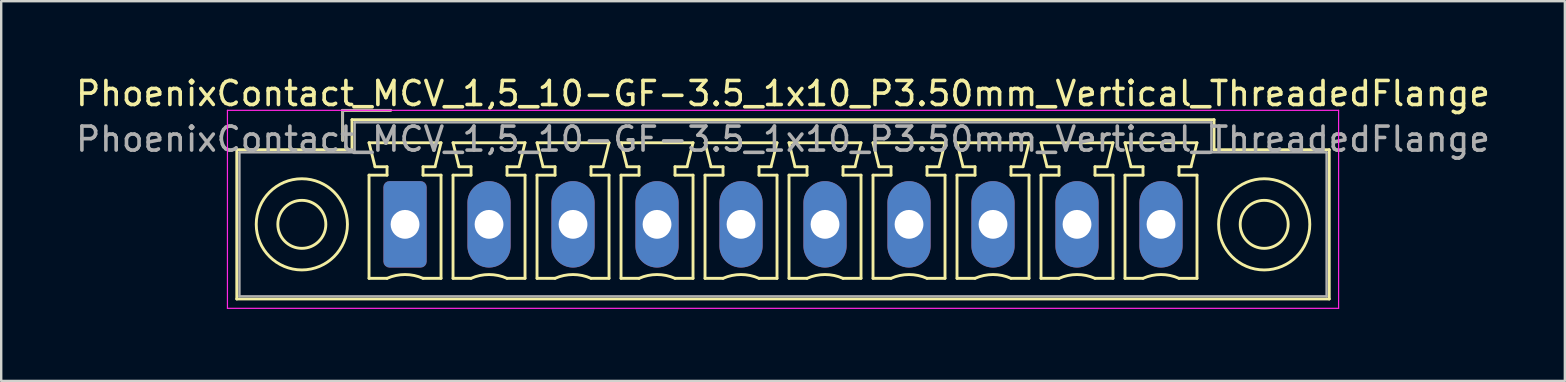
<source format=kicad_pcb>
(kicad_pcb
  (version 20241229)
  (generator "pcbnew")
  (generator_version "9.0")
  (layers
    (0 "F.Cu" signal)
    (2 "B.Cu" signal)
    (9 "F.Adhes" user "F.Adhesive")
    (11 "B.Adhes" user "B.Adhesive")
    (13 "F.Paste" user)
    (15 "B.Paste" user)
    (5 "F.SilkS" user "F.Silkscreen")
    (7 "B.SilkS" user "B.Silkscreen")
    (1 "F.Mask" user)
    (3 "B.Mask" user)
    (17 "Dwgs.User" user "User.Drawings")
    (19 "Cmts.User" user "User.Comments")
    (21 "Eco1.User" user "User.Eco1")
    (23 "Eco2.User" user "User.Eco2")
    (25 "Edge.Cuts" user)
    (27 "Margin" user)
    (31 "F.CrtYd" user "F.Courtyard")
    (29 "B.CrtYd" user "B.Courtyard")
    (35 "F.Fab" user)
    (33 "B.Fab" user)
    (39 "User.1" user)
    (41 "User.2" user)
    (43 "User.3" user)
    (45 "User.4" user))
  (footprint "PhoenixContact_MCV_1,5_10-GF-3.5_1x10_P3.50mm_Vertical_ThreadedFlange"
    (layer "F.Cu")
    (at 13.827 6.298)
    (property "Reference" "PhoenixContact_MCV_1,5_10-GF-3.5_1x10_P3.50mm_Vertical_ThreadedFlange" (at 15.75 -5.45 0) (layer "F.SilkS") (effects (font (size 1 1) (thickness 0.15))))
    (attr through_hole)
    (fp_line (start -7.01 -3.11) (end -7.01 3.11) (stroke (width 0.12) (type solid)) (layer "F.SilkS"))
    (fp_line (start -7.01 3.11) (end 38.51 3.11) (stroke (width 0.12) (type solid)) (layer "F.SilkS"))
    (fp_line (start -2.6 -4.75) (end -0.6 -4.75) (stroke (width 0.12) (type solid)) (layer "F.SilkS"))
    (fp_line (start -2.6 -3.5) (end -2.6 -4.75) (stroke (width 0.12) (type solid)) (layer "F.SilkS"))
    (fp_line (start -2.21 -4.36) (end -2.21 -3.11) (stroke (width 0.12) (type solid)) (layer "F.SilkS"))
    (fp_line (start -2.21 -3.11) (end -7.01 -3.11) (stroke (width 0.12) (type solid)) (layer "F.SilkS"))
    (fp_line (start -1.5 -3.4) (end 1.5 -3.4) (stroke (width 0.12) (type solid)) (layer "F.SilkS"))
    (fp_line (start -1.5 -2.05) (end -0.75 -2.05) (stroke (width 0.12) (type solid)) (layer "F.SilkS"))
    (fp_line (start -1.5 2.25) (end -1.5 -2.05) (stroke (width 0.12) (type solid)) (layer "F.SilkS"))
    (fp_line (start -1.25 -2.4) (end -1.5 -3.4) (stroke (width 0.12) (type solid)) (layer "F.SilkS"))
    (fp_line (start -0.75 -2.4) (end -1.25 -2.4) (stroke (width 0.12) (type solid)) (layer "F.SilkS"))
    (fp_line (start -0.75 -2.05) (end -0.75 -2.4) (stroke (width 0.12) (type solid)) (layer "F.SilkS"))
    (fp_line (start -0.75 2.25) (end -1.5 2.25) (stroke (width 0.12) (type solid)) (layer "F.SilkS"))
    (fp_line (start 0.75 -2.4) (end 0.75 -2.05) (stroke (width 0.12) (type solid)) (layer "F.SilkS"))
    (fp_line (start 0.75 -2.05) (end 1.5 -2.05) (stroke (width 0.12) (type solid)) (layer "F.SilkS"))
    (fp_line (start 1.25 -2.4) (end 0.75 -2.4) (stroke (width 0.12) (type solid)) (layer "F.SilkS"))
    (fp_line (start 1.5 -3.4) (end 1.25 -2.4) (stroke (width 0.12) (type solid)) (layer "F.SilkS"))
    (fp_line (start 1.5 -2.05) (end 1.5 2.25) (stroke (width 0.12) (type solid)) (layer "F.SilkS"))
    (fp_line (start 1.5 2.25) (end 0.75 2.25) (stroke (width 0.12) (type solid)) (layer "F.SilkS"))
    (fp_line (start 2 -3.4) (end 5 -3.4) (stroke (width 0.12) (type solid)) (layer "F.SilkS"))
    (fp_line (start 2 -2.05) (end 2.75 -2.05) (stroke (width 0.12) (type solid)) (layer "F.SilkS"))
    (fp_line (start 2 2.25) (end 2 -2.05) (stroke (width 0.12) (type solid)) (layer "F.SilkS"))
    (fp_line (start 2.25 -2.4) (end 2 -3.4) (stroke (width 0.12) (type solid)) (layer "F.SilkS"))
    (fp_line (start 2.75 -2.4) (end 2.25 -2.4) (stroke (width 0.12) (type solid)) (layer "F.SilkS"))
    (fp_line (start 2.75 -2.05) (end 2.75 -2.4) (stroke (width 0.12) (type solid)) (layer "F.SilkS"))
    (fp_line (start 2.75 2.25) (end 2 2.25) (stroke (width 0.12) (type solid)) (layer "F.SilkS"))
    (fp_line (start 4.25 -2.4) (end 4.25 -2.05) (stroke (width 0.12) (type solid)) (layer "F.SilkS"))
    (fp_line (start 4.25 -2.05) (end 5 -2.05) (stroke (width 0.12) (type solid)) (layer "F.SilkS"))
    (fp_line (start 4.75 -2.4) (end 4.25 -2.4) (stroke (width 0.12) (type solid)) (layer "F.SilkS"))
    (fp_line (start 5 -3.4) (end 4.75 -2.4) (stroke (width 0.12) (type solid)) (layer "F.SilkS"))
    (fp_line (start 5 -2.05) (end 5 2.25) (stroke (width 0.12) (type solid)) (layer "F.SilkS"))
    (fp_line (start 5 2.25) (end 4.25 2.25) (stroke (width 0.12) (type solid)) (layer "F.SilkS"))
    (fp_line (start 5.5 -3.4) (end 8.5 -3.4) (stroke (width 0.12) (type solid)) (layer "F.SilkS"))
    (fp_line (start 5.5 -2.05) (end 6.25 -2.05) (stroke (width 0.12) (type solid)) (layer "F.SilkS"))
    (fp_line (start 5.5 2.25) (end 5.5 -2.05) (stroke (width 0.12) (type solid)) (layer "F.SilkS"))
    (fp_line (start 5.75 -2.4) (end 5.5 -3.4) (stroke (width 0.12) (type solid)) (layer "F.SilkS"))
    (fp_line (start 6.25 -2.4) (end 5.75 -2.4) (stroke (width 0.12) (type solid)) (layer "F.SilkS"))
    (fp_line (start 6.25 -2.05) (end 6.25 -2.4) (stroke (width 0.12) (type solid)) (layer "F.SilkS"))
    (fp_line (start 6.25 2.25) (end 5.5 2.25) (stroke (width 0.12) (type solid)) (layer "F.SilkS"))
    (fp_line (start 7.75 -2.4) (end 7.75 -2.05) (stroke (width 0.12) (type solid)) (layer "F.SilkS"))
    (fp_line (start 7.75 -2.05) (end 8.5 -2.05) (stroke (width 0.12) (type solid)) (layer "F.SilkS"))
    (fp_line (start 8.25 -2.4) (end 7.75 -2.4) (stroke (width 0.12) (type solid)) (layer "F.SilkS"))
    (fp_line (start 8.5 -3.4) (end 8.25 -2.4) (stroke (width 0.12) (type solid)) (layer "F.SilkS"))
    (fp_line (start 8.5 -2.05) (end 8.5 2.25) (stroke (width 0.12) (type solid)) (layer "F.SilkS"))
    (fp_line (start 8.5 2.25) (end 7.75 2.25) (stroke (width 0.12) (type solid)) (layer "F.SilkS"))
    (fp_line (start 9 -3.4) (end 12 -3.4) (stroke (width 0.12) (type solid)) (layer "F.SilkS"))
    (fp_line (start 9 -2.05) (end 9.75 -2.05) (stroke (width 0.12) (type solid)) (layer "F.SilkS"))
    (fp_line (start 9 2.25) (end 9 -2.05) (stroke (width 0.12) (type solid)) (layer "F.SilkS"))
    (fp_line (start 9.25 -2.4) (end 9 -3.4) (stroke (width 0.12) (type solid)) (layer "F.SilkS"))
    (fp_line (start 9.75 -2.4) (end 9.25 -2.4) (stroke (width 0.12) (type solid)) (layer "F.SilkS"))
    (fp_line (start 9.75 -2.05) (end 9.75 -2.4) (stroke (width 0.12) (type solid)) (layer "F.SilkS"))
    (fp_line (start 9.75 2.25) (end 9 2.25) (stroke (width 0.12) (type solid)) (layer "F.SilkS"))
    (fp_line (start 11.25 -2.4) (end 11.25 -2.05) (stroke (width 0.12) (type solid)) (layer "F.SilkS"))
    (fp_line (start 11.25 -2.05) (end 12 -2.05) (stroke (width 0.12) (type solid)) (layer "F.SilkS"))
    (fp_line (start 11.75 -2.4) (end 11.25 -2.4) (stroke (width 0.12) (type solid)) (layer "F.SilkS"))
    (fp_line (start 12 -3.4) (end 11.75 -2.4) (stroke (width 0.12) (type solid)) (layer "F.SilkS"))
    (fp_line (start 12 -2.05) (end 12 2.25) (stroke (width 0.12) (type solid)) (layer "F.SilkS"))
    (fp_line (start 12 2.25) (end 11.25 2.25) (stroke (width 0.12) (type solid)) (layer "F.SilkS"))
    (fp_line (start 12.5 -3.4) (end 15.5 -3.4) (stroke (width 0.12) (type solid)) (layer "F.SilkS"))
    (fp_line (start 12.5 -2.05) (end 13.25 -2.05) (stroke (width 0.12) (type solid)) (layer "F.SilkS"))
    (fp_line (start 12.5 2.25) (end 12.5 -2.05) (stroke (width 0.12) (type solid)) (layer "F.SilkS"))
    (fp_line (start 12.75 -2.4) (end 12.5 -3.4) (stroke (width 0.12) (type solid)) (layer "F.SilkS"))
    (fp_line (start 13.25 -2.4) (end 12.75 -2.4) (stroke (width 0.12) (type solid)) (layer "F.SilkS"))
    (fp_line (start 13.25 -2.05) (end 13.25 -2.4) (stroke (width 0.12) (type solid)) (layer "F.SilkS"))
    (fp_line (start 13.25 2.25) (end 12.5 2.25) (stroke (width 0.12) (type solid)) (layer "F.SilkS"))
    (fp_line (start 14.75 -2.4) (end 14.75 -2.05) (stroke (width 0.12) (type solid)) (layer "F.SilkS"))
    (fp_line (start 14.75 -2.05) (end 15.5 -2.05) (stroke (width 0.12) (type solid)) (layer "F.SilkS"))
    (fp_line (start 15.25 -2.4) (end 14.75 -2.4) (stroke (width 0.12) (type solid)) (layer "F.SilkS"))
    (fp_line (start 15.5 -3.4) (end 15.25 -2.4) (stroke (width 0.12) (type solid)) (layer "F.SilkS"))
    (fp_line (start 15.5 -2.05) (end 15.5 2.25) (stroke (width 0.12) (type solid)) (layer "F.SilkS"))
    (fp_line (start 15.5 2.25) (end 14.75 2.25) (stroke (width 0.12) (type solid)) (layer "F.SilkS"))
    (fp_line (start 16 -3.4) (end 19 -3.4) (stroke (width 0.12) (type solid)) (layer "F.SilkS"))
    (fp_line (start 16 -2.05) (end 16.75 -2.05) (stroke (width 0.12) (type solid)) (layer "F.SilkS"))
    (fp_line (start 16 2.25) (end 16 -2.05) (stroke (width 0.12) (type solid)) (layer "F.SilkS"))
    (fp_line (start 16.25 -2.4) (end 16 -3.4) (stroke (width 0.12) (type solid)) (layer "F.SilkS"))
    (fp_line (start 16.75 -2.4) (end 16.25 -2.4) (stroke (width 0.12) (type solid)) (layer "F.SilkS"))
    (fp_line (start 16.75 -2.05) (end 16.75 -2.4) (stroke (width 0.12) (type solid)) (layer "F.SilkS"))
    (fp_line (start 16.75 2.25) (end 16 2.25) (stroke (width 0.12) (type solid)) (layer "F.SilkS"))
    (fp_line (start 18.25 -2.4) (end 18.25 -2.05) (stroke (width 0.12) (type solid)) (layer "F.SilkS"))
    (fp_line (start 18.25 -2.05) (end 19 -2.05) (stroke (width 0.12) (type solid)) (layer "F.SilkS"))
    (fp_line (start 18.75 -2.4) (end 18.25 -2.4) (stroke (width 0.12) (type solid)) (layer "F.SilkS"))
    (fp_line (start 19 -3.4) (end 18.75 -2.4) (stroke (width 0.12) (type solid)) (layer "F.SilkS"))
    (fp_line (start 19 -2.05) (end 19 2.25) (stroke (width 0.12) (type solid)) (layer "F.SilkS"))
    (fp_line (start 19 2.25) (end 18.25 2.25) (stroke (width 0.12) (type solid)) (layer "F.SilkS"))
    (fp_line (start 19.5 -3.4) (end 22.5 -3.4) (stroke (width 0.12) (type solid)) (layer "F.SilkS"))
    (fp_line (start 19.5 -2.05) (end 20.25 -2.05) (stroke (width 0.12) (type solid)) (layer "F.SilkS"))
    (fp_line (start 19.5 2.25) (end 19.5 -2.05) (stroke (width 0.12) (type solid)) (layer "F.SilkS"))
    (fp_line (start 19.75 -2.4) (end 19.5 -3.4) (stroke (width 0.12) (type solid)) (layer "F.SilkS"))
    (fp_line (start 20.25 -2.4) (end 19.75 -2.4) (stroke (width 0.12) (type solid)) (layer "F.SilkS"))
    (fp_line (start 20.25 -2.05) (end 20.25 -2.4) (stroke (width 0.12) (type solid)) (layer "F.SilkS"))
    (fp_line (start 20.25 2.25) (end 19.5 2.25) (stroke (width 0.12) (type solid)) (layer "F.SilkS"))
    (fp_line (start 21.75 -2.4) (end 21.75 -2.05) (stroke (width 0.12) (type solid)) (layer "F.SilkS"))
    (fp_line (start 21.75 -2.05) (end 22.5 -2.05) (stroke (width 0.12) (type solid)) (layer "F.SilkS"))
    (fp_line (start 22.25 -2.4) (end 21.75 -2.4) (stroke (width 0.12) (type solid)) (layer "F.SilkS"))
    (fp_line (start 22.5 -3.4) (end 22.25 -2.4) (stroke (width 0.12) (type solid)) (layer "F.SilkS"))
    (fp_line (start 22.5 -2.05) (end 22.5 2.25) (stroke (width 0.12) (type solid)) (layer "F.SilkS"))
    (fp_line (start 22.5 2.25) (end 21.75 2.25) (stroke (width 0.12) (type solid)) (layer "F.SilkS"))
    (fp_line (start 23 -3.4) (end 26 -3.4) (stroke (width 0.12) (type solid)) (layer "F.SilkS"))
    (fp_line (start 23 -2.05) (end 23.75 -2.05) (stroke (width 0.12) (type solid)) (layer "F.SilkS"))
    (fp_line (start 23 2.25) (end 23 -2.05) (stroke (width 0.12) (type solid)) (layer "F.SilkS"))
    (fp_line (start 23.25 -2.4) (end 23 -3.4) (stroke (width 0.12) (type solid)) (layer "F.SilkS"))
    (fp_line (start 23.75 -2.4) (end 23.25 -2.4) (stroke (width 0.12) (type solid)) (layer "F.SilkS"))
    (fp_line (start 23.75 -2.05) (end 23.75 -2.4) (stroke (width 0.12) (type solid)) (layer "F.SilkS"))
    (fp_line (start 23.75 2.25) (end 23 2.25) (stroke (width 0.12) (type solid)) (layer "F.SilkS"))
    (fp_line (start 25.25 -2.4) (end 25.25 -2.05) (stroke (width 0.12) (type solid)) (layer "F.SilkS"))
    (fp_line (start 25.25 -2.05) (end 26 -2.05) (stroke (width 0.12) (type solid)) (layer "F.SilkS"))
    (fp_line (start 25.75 -2.4) (end 25.25 -2.4) (stroke (width 0.12) (type solid)) (layer "F.SilkS"))
    (fp_line (start 26 -3.4) (end 25.75 -2.4) (stroke (width 0.12) (type solid)) (layer "F.SilkS"))
    (fp_line (start 26 -2.05) (end 26 2.25) (stroke (width 0.12) (type solid)) (layer "F.SilkS"))
    (fp_line (start 26 2.25) (end 25.25 2.25) (stroke (width 0.12) (type solid)) (layer "F.SilkS"))
    (fp_line (start 26.5 -3.4) (end 29.5 -3.4) (stroke (width 0.12) (type solid)) (layer "F.SilkS"))
    (fp_line (start 26.5 -2.05) (end 27.25 -2.05) (stroke (width 0.12) (type solid)) (layer "F.SilkS"))
    (fp_line (start 26.5 2.25) (end 26.5 -2.05) (stroke (width 0.12) (type solid)) (layer "F.SilkS"))
    (fp_line (start 26.75 -2.4) (end 26.5 -3.4) (stroke (width 0.12) (type solid)) (layer "F.SilkS"))
    (fp_line (start 27.25 -2.4) (end 26.75 -2.4) (stroke (width 0.12) (type solid)) (layer "F.SilkS"))
    (fp_line (start 27.25 -2.05) (end 27.25 -2.4) (stroke (width 0.12) (type solid)) (layer "F.SilkS"))
    (fp_line (start 27.25 2.25) (end 26.5 2.25) (stroke (width 0.12) (type solid)) (layer "F.SilkS"))
    (fp_line (start 28.75 -2.4) (end 28.75 -2.05) (stroke (width 0.12) (type solid)) (layer "F.SilkS"))
    (fp_line (start 28.75 -2.05) (end 29.5 -2.05) (stroke (width 0.12) (type solid)) (layer "F.SilkS"))
    (fp_line (start 29.25 -2.4) (end 28.75 -2.4) (stroke (width 0.12) (type solid)) (layer "F.SilkS"))
    (fp_line (start 29.5 -3.4) (end 29.25 -2.4) (stroke (width 0.12) (type solid)) (layer "F.SilkS"))
    (fp_line (start 29.5 -2.05) (end 29.5 2.25) (stroke (width 0.12) (type solid)) (layer "F.SilkS"))
    (fp_line (start 29.5 2.25) (end 28.75 2.25) (stroke (width 0.12) (type solid)) (layer "F.SilkS"))
    (fp_line (start 30 -3.4) (end 33 -3.4) (stroke (width 0.12) (type solid)) (layer "F.SilkS"))
    (fp_line (start 30 -2.05) (end 30.75 -2.05) (stroke (width 0.12) (type solid)) (layer "F.SilkS"))
    (fp_line (start 30 2.25) (end 30 -2.05) (stroke (width 0.12) (type solid)) (layer "F.SilkS"))
    (fp_line (start 30.25 -2.4) (end 30 -3.4) (stroke (width 0.12) (type solid)) (layer "F.SilkS"))
    (fp_line (start 30.75 -2.4) (end 30.25 -2.4) (stroke (width 0.12) (type solid)) (layer "F.SilkS"))
    (fp_line (start 30.75 -2.05) (end 30.75 -2.4) (stroke (width 0.12) (type solid)) (layer "F.SilkS"))
    (fp_line (start 30.75 2.25) (end 30 2.25) (stroke (width 0.12) (type solid)) (layer "F.SilkS"))
    (fp_line (start 32.25 -2.4) (end 32.25 -2.05) (stroke (width 0.12) (type solid)) (layer "F.SilkS"))
    (fp_line (start 32.25 -2.05) (end 33 -2.05) (stroke (width 0.12) (type solid)) (layer "F.SilkS"))
    (fp_line (start 32.75 -2.4) (end 32.25 -2.4) (stroke (width 0.12) (type solid)) (layer "F.SilkS"))
    (fp_line (start 33 -3.4) (end 32.75 -2.4) (stroke (width 0.12) (type solid)) (layer "F.SilkS"))
    (fp_line (start 33 -2.05) (end 33 2.25) (stroke (width 0.12) (type solid)) (layer "F.SilkS"))
    (fp_line (start 33 2.25) (end 32.25 2.25) (stroke (width 0.12) (type solid)) (layer "F.SilkS"))
    (fp_line (start 33.71 -4.36) (end -2.21 -4.36) (stroke (width 0.12) (type solid)) (layer "F.SilkS"))
    (fp_line (start 33.71 -3.11) (end 33.71 -4.36) (stroke (width 0.12) (type solid)) (layer "F.SilkS"))
    (fp_line (start 38.51 -3.11) (end 33.71 -3.11) (stroke (width 0.12) (type solid)) (layer "F.SilkS"))
    (fp_line (start 38.51 3.11) (end 38.51 -3.11) (stroke (width 0.12) (type solid)) (layer "F.SilkS"))
    (fp_arc (start -0.75 2.25) (mid -0.000193 2.09191) (end 0.749647 2.249844) (stroke (width 0.12) (type solid)) (layer "F.SilkS"))
    (fp_arc (start 2.75 2.25) (mid 3.499807 2.09191) (end 4.249647 2.249844) (stroke (width 0.12) (type solid)) (layer "F.SilkS"))
    (fp_arc (start 6.25 2.25) (mid 6.999807 2.09191) (end 7.749647 2.249844) (stroke (width 0.12) (type solid)) (layer "F.SilkS"))
    (fp_arc (start 9.75 2.25) (mid 10.499807 2.09191) (end 11.249647 2.249844) (stroke (width 0.12) (type solid)) (layer "F.SilkS"))
    (fp_arc (start 13.25 2.25) (mid 13.999807 2.09191) (end 14.749647 2.249844) (stroke (width 0.12) (type solid)) (layer "F.SilkS"))
    (fp_arc (start 16.75 2.25) (mid 17.499807 2.09191) (end 18.249647 2.249844) (stroke (width 0.12) (type solid)) (layer "F.SilkS"))
    (fp_arc (start 20.25 2.25) (mid 20.999807 2.09191) (end 21.749647 2.249844) (stroke (width 0.12) (type solid)) (layer "F.SilkS"))
    (fp_arc (start 23.75 2.25) (mid 24.499807 2.09191) (end 25.249647 2.249844) (stroke (width 0.12) (type solid)) (layer "F.SilkS"))
    (fp_arc (start 27.25 2.25) (mid 27.999807 2.09191) (end 28.749647 2.249844) (stroke (width 0.12) (type solid)) (layer "F.SilkS"))
    (fp_arc (start 30.75 2.25) (mid 31.499807 2.09191) (end 32.249647 2.249844) (stroke (width 0.12) (type solid)) (layer "F.SilkS"))
    (fp_circle (center -4.3 0) (end -3.3 0) (stroke (width 0.12) (type solid)) (fill no) (layer "F.SilkS"))
    (fp_circle (center -4.3 0) (end -2.4 0) (stroke (width 0.12) (type solid)) (fill no) (layer "F.SilkS"))
    (fp_circle (center 35.8 0) (end 36.8 0) (stroke (width 0.12) (type solid)) (fill no) (layer "F.SilkS"))
    (fp_circle (center 35.8 0) (end 37.7 0) (stroke (width 0.12) (type solid)) (fill no) (layer "F.SilkS"))
    (fp_line (start -7.4 -4.75) (end -7.4 3.5) (stroke (width 0.05) (type solid)) (layer "F.CrtYd"))
    (fp_line (start -7.4 3.5) (end 38.9 3.5) (stroke (width 0.05) (type solid)) (layer "F.CrtYd"))
    (fp_line (start 38.9 -4.75) (end -7.4 -4.75) (stroke (width 0.05) (type solid)) (layer "F.CrtYd"))
    (fp_line (start 38.9 3.5) (end 38.9 -4.75) (stroke (width 0.05) (type solid)) (layer "F.CrtYd"))
    (fp_line (start -6.9 -3) (end -6.9 3) (stroke (width 0.1) (type solid)) (layer "F.Fab"))
    (fp_line (start -6.9 3) (end 38.4 3) (stroke (width 0.1) (type solid)) (layer "F.Fab"))
    (fp_line (start -2.6 -4.75) (end -0.6 -4.75) (stroke (width 0.1) (type solid)) (layer "F.Fab"))
    (fp_line (start -2.6 -3.5) (end -2.6 -4.75) (stroke (width 0.1) (type solid)) (layer "F.Fab"))
    (fp_line (start -2.1 -4.25) (end -2.1 -3) (stroke (width 0.1) (type solid)) (layer "F.Fab"))
    (fp_line (start -2.1 -3) (end -6.9 -3) (stroke (width 0.1) (type solid)) (layer "F.Fab"))
    (fp_line (start 33.6 -4.25) (end -2.1 -4.25) (stroke (width 0.1) (type solid)) (layer "F.Fab"))
    (fp_line (start 33.6 -3) (end 33.6 -4.25) (stroke (width 0.1) (type solid)) (layer "F.Fab"))
    (fp_line (start 38.4 -3) (end 33.6 -3) (stroke (width 0.1) (type solid)) (layer "F.Fab"))
    (fp_line (start 38.4 3) (end 38.4 -3) (stroke (width 0.1) (type solid)) (layer "F.Fab"))
    (fp_text user "${REFERENCE}" (at 15.75 -3.55 0) (layer "F.Fab") (effects (font (size 1 1) (thickness 0.15))))
    (pad "1" thru_hole roundrect (at 0 0) (size 1.8 3.6) (drill 1.2) (layers "*.Cu" "*.Mask") (roundrect_rratio 0.139))
    (pad "2" thru_hole oval (at 3.5 0) (size 1.8 3.6) (drill 1.2) (layers "*.Cu" "*.Mask"))
    (pad "3" thru_hole oval (at 7 0) (size 1.8 3.6) (drill 1.2) (layers "*.Cu" "*.Mask"))
    (pad "4" thru_hole oval (at 10.5 0) (size 1.8 3.6) (drill 1.2) (layers "*.Cu" "*.Mask"))
    (pad "5" thru_hole oval (at 14 0) (size 1.8 3.6) (drill 1.2) (layers "*.Cu" "*.Mask"))
    (pad "6" thru_hole oval (at 17.5 0) (size 1.8 3.6) (drill 1.2) (layers "*.Cu" "*.Mask"))
    (pad "7" thru_hole oval (at 21 0) (size 1.8 3.6) (drill 1.2) (layers "*.Cu" "*.Mask"))
    (pad "8" thru_hole oval (at 24.5 0) (size 1.8 3.6) (drill 1.2) (layers "*.Cu" "*.Mask"))
    (pad "9" thru_hole oval (at 28 0) (size 1.8 3.6) (drill 1.2) (layers "*.Cu" "*.Mask"))
    (pad "10" thru_hole oval (at 31.5 0) (size 1.8 3.6) (drill 1.2) (layers "*.Cu" "*.Mask")))
  (gr_rect
    (start -3 -3)
    (end 62.155 12.823)
    (stroke (width 0.1) (type default))
    (fill no)
    (layer "Edge.Cuts")))
</source>
